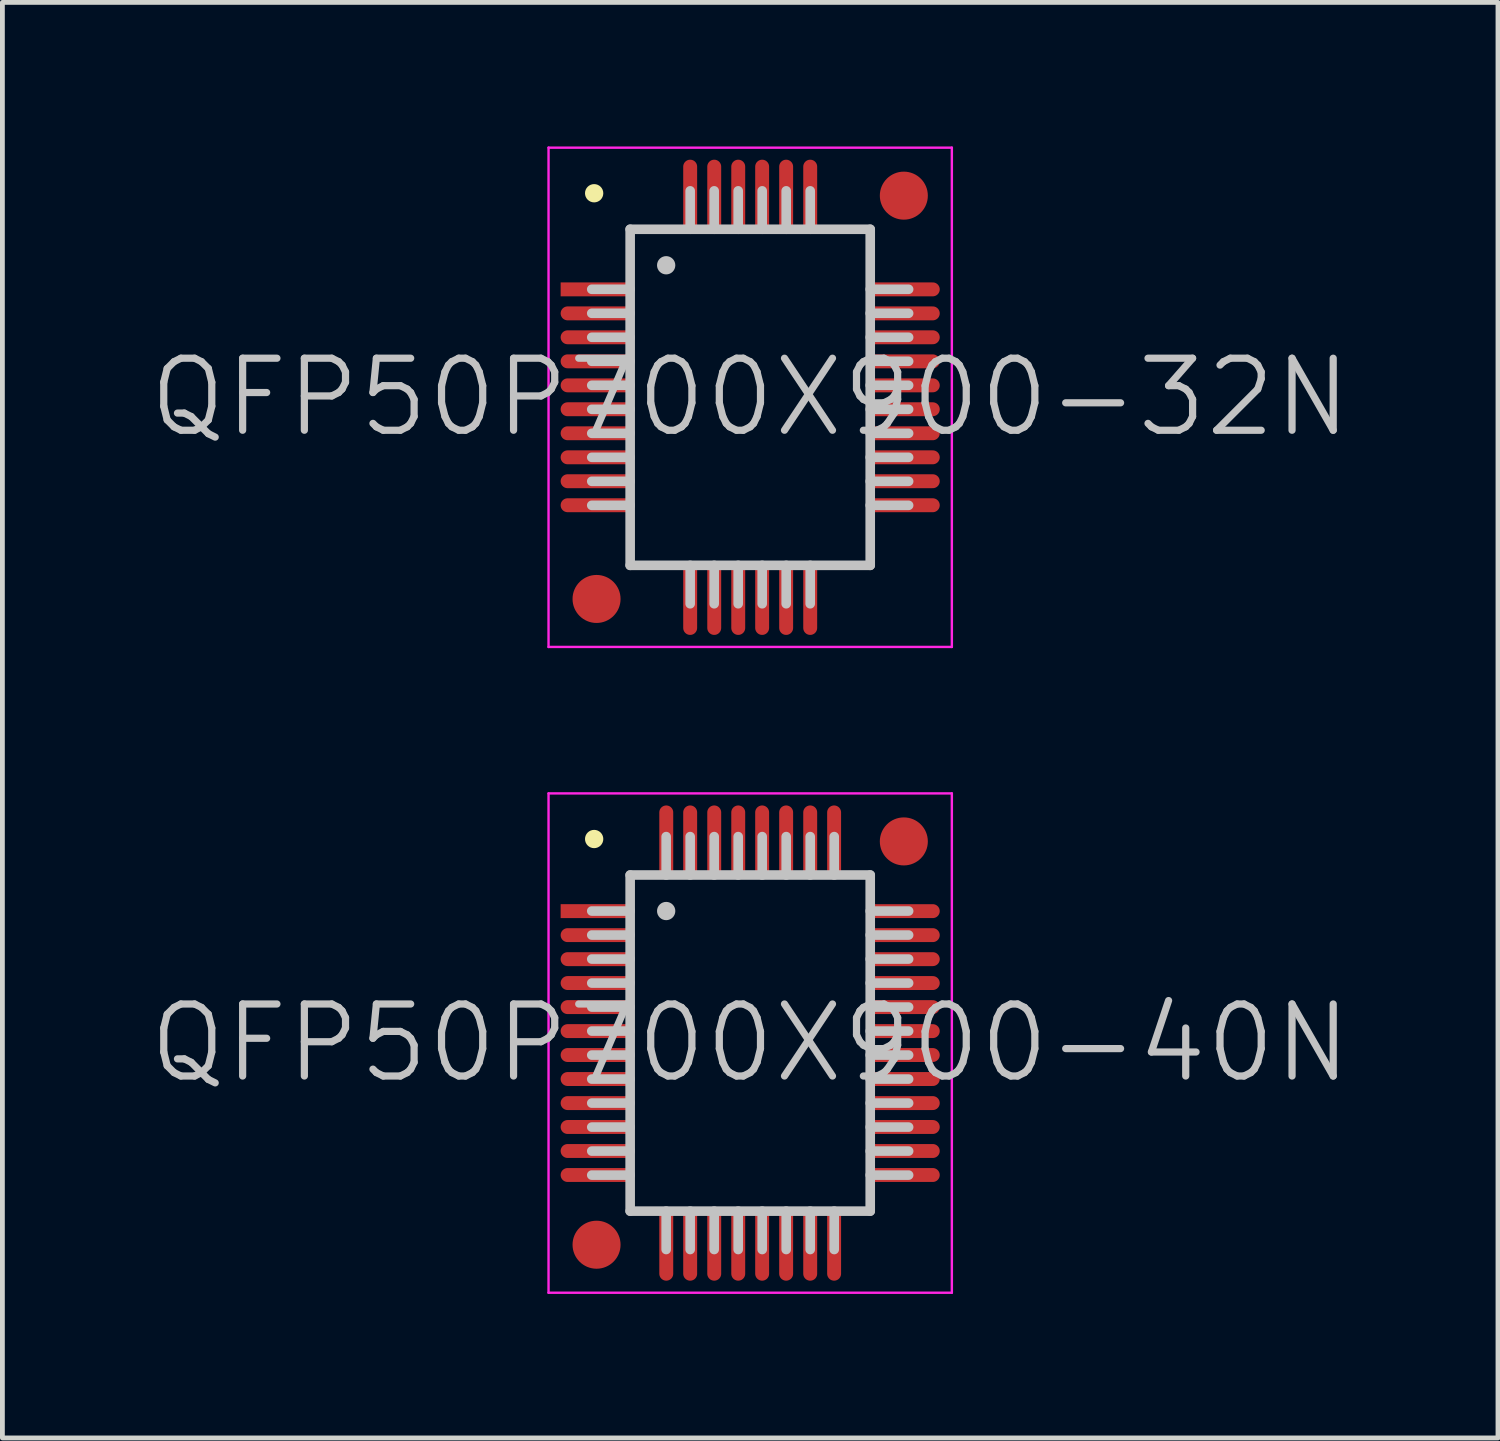
<source format=kicad_pcb>
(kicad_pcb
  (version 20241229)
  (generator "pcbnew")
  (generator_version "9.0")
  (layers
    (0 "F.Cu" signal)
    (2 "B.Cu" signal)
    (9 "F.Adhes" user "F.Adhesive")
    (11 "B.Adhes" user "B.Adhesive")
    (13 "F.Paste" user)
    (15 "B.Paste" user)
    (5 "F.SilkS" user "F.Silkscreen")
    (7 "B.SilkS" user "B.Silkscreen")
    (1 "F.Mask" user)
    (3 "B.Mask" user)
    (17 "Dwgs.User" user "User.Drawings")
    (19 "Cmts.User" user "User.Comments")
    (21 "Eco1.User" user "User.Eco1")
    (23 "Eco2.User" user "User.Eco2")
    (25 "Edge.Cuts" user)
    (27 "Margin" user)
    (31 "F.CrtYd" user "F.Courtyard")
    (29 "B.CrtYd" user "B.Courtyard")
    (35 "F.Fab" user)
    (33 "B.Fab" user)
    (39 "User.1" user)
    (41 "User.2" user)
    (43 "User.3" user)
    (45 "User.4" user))
  (footprint "QFP50P700X900-32N"
    (layer "F.Cu")
    (at 12.575 5.225)
    (property "Reference" "QFP50P700X900-32N" (at 0 0 0) (layer "Dwgs.User") (effects (font (size 1.5 1.5) (thickness 0.15))))
    (attr smd)
    (fp_line (start -3.25 -4.25) (end -3.25 -4.25) (stroke (width 0.381) (type solid)) (layer "F.SilkS"))
    (fp_line (start -2.5 -3.5) (end -2.5 3.5) (stroke (width 0.2) (type solid)) (layer "Dwgs.User"))
    (fp_line (start -2.5 -3.5) (end 2.5 -3.5) (stroke (width 0.2) (type solid)) (layer "Dwgs.User"))
    (fp_line (start -2.5 -2.25) (end -3.3 -2.25) (stroke (width 0.2) (type solid)) (layer "Dwgs.User"))
    (fp_line (start -2.5 -1.75) (end -3.3 -1.75) (stroke (width 0.2) (type solid)) (layer "Dwgs.User"))
    (fp_line (start -2.5 -1.25) (end -3.3 -1.25) (stroke (width 0.2) (type solid)) (layer "Dwgs.User"))
    (fp_line (start -2.5 -0.75) (end -3.3 -0.75) (stroke (width 0.2) (type solid)) (layer "Dwgs.User"))
    (fp_line (start -2.5 -0.25) (end -3.3 -0.25) (stroke (width 0.2) (type solid)) (layer "Dwgs.User"))
    (fp_line (start -2.5 0.25) (end -3.3 0.25) (stroke (width 0.2) (type solid)) (layer "Dwgs.User"))
    (fp_line (start -2.5 0.75) (end -3.3 0.75) (stroke (width 0.2) (type solid)) (layer "Dwgs.User"))
    (fp_line (start -2.5 1.25) (end -3.3 1.25) (stroke (width 0.2) (type solid)) (layer "Dwgs.User"))
    (fp_line (start -2.5 1.75) (end -3.3 1.75) (stroke (width 0.2) (type solid)) (layer "Dwgs.User"))
    (fp_line (start -2.5 2.25) (end -3.3 2.25) (stroke (width 0.2) (type solid)) (layer "Dwgs.User"))
    (fp_line (start -2.5 3.5) (end 2.5 3.5) (stroke (width 0.2) (type solid)) (layer "Dwgs.User"))
    (fp_line (start -1.75 -2.75) (end -1.75 -2.75) (stroke (width 0.381) (type solid)) (layer "Dwgs.User"))
    (fp_line (start -1.25 -3.5) (end -1.25 -4.3) (stroke (width 0.2) (type solid)) (layer "Dwgs.User"))
    (fp_line (start -1.25 4.3) (end -1.25 3.5) (stroke (width 0.2) (type solid)) (layer "Dwgs.User"))
    (fp_line (start -0.75 -3.5) (end -0.75 -4.3) (stroke (width 0.2) (type solid)) (layer "Dwgs.User"))
    (fp_line (start -0.75 4.3) (end -0.75 3.5) (stroke (width 0.2) (type solid)) (layer "Dwgs.User"))
    (fp_line (start -0.25 -3.5) (end -0.25 -4.3) (stroke (width 0.2) (type solid)) (layer "Dwgs.User"))
    (fp_line (start -0.25 4.3) (end -0.25 3.5) (stroke (width 0.2) (type solid)) (layer "Dwgs.User"))
    (fp_line (start 0.25 -3.5) (end 0.25 -4.3) (stroke (width 0.2) (type solid)) (layer "Dwgs.User"))
    (fp_line (start 0.25 4.3) (end 0.25 3.5) (stroke (width 0.2) (type solid)) (layer "Dwgs.User"))
    (fp_line (start 0.75 -3.5) (end 0.75 -4.3) (stroke (width 0.2) (type solid)) (layer "Dwgs.User"))
    (fp_line (start 0.75 4.3) (end 0.75 3.5) (stroke (width 0.2) (type solid)) (layer "Dwgs.User"))
    (fp_line (start 1.25 -3.5) (end 1.25 -4.3) (stroke (width 0.2) (type solid)) (layer "Dwgs.User"))
    (fp_line (start 1.25 4.3) (end 1.25 3.5) (stroke (width 0.2) (type solid)) (layer "Dwgs.User"))
    (fp_line (start 2.5 -3.5) (end 2.5 3.5) (stroke (width 0.2) (type solid)) (layer "Dwgs.User"))
    (fp_line (start 3.3 -2.25) (end 2.5 -2.25) (stroke (width 0.2) (type solid)) (layer "Dwgs.User"))
    (fp_line (start 3.3 -1.75) (end 2.5 -1.75) (stroke (width 0.2) (type solid)) (layer "Dwgs.User"))
    (fp_line (start 3.3 -1.25) (end 2.5 -1.25) (stroke (width 0.2) (type solid)) (layer "Dwgs.User"))
    (fp_line (start 3.3 -0.75) (end 2.5 -0.75) (stroke (width 0.2) (type solid)) (layer "Dwgs.User"))
    (fp_line (start 3.3 -0.25) (end 2.5 -0.25) (stroke (width 0.2) (type solid)) (layer "Dwgs.User"))
    (fp_line (start 3.3 0.25) (end 2.5 0.25) (stroke (width 0.2) (type solid)) (layer "Dwgs.User"))
    (fp_line (start 3.3 0.75) (end 2.5 0.75) (stroke (width 0.2) (type solid)) (layer "Dwgs.User"))
    (fp_line (start 3.3 1.25) (end 2.5 1.25) (stroke (width 0.2) (type solid)) (layer "Dwgs.User"))
    (fp_line (start 3.3 1.75) (end 2.5 1.75) (stroke (width 0.2) (type solid)) (layer "Dwgs.User"))
    (fp_line (start 3.3 2.25) (end 2.5 2.25) (stroke (width 0.2) (type solid)) (layer "Dwgs.User"))
    (fp_line (start -4.2 -5.2) (end -4.2 5.2) (stroke (width 0.05) (type solid)) (layer "F.CrtYd"))
    (fp_line (start -4.2 -5.2) (end 4.2 -5.2) (stroke (width 0.05) (type solid)) (layer "F.CrtYd"))
    (fp_line (start -4.2 5.2) (end 4.2 5.2) (stroke (width 0.05) (type solid)) (layer "F.CrtYd"))
    (fp_line (start 4.2 -5.2) (end 4.2 5.2) (stroke (width 0.05) (type solid)) (layer "F.CrtYd"))
    (pad "" smd circle (at -3.2 4.2) (size 1 1) (layers "F.Cu" "F.Mask"))
    (pad "" smd circle (at 3.2 -4.2) (size 1 1) (layers "F.Cu" "F.Mask"))
    (pad "1" smd rect (at -3.198 -2.248 90) (size 0.29 1.5) (layers "F.Cu" "F.Mask" "F.Paste"))
    (pad "2" smd oval (at -3.198 -1.748 90) (size 0.29 1.5) (layers "F.Cu" "F.Mask" "F.Paste"))
    (pad "3" smd oval (at -3.198 -1.25 90) (size 0.29 1.5) (layers "F.Cu" "F.Mask" "F.Paste"))
    (pad "4" smd oval (at -3.198 -0.749 90) (size 0.29 1.5) (layers "F.Cu" "F.Mask" "F.Paste"))
    (pad "5" smd oval (at -3.198 -0.249 90) (size 0.29 1.5) (layers "F.Cu" "F.Mask" "F.Paste"))
    (pad "6" smd oval (at -3.198 0.249 90) (size 0.29 1.5) (layers "F.Cu" "F.Mask" "F.Paste"))
    (pad "7" smd oval (at -3.198 0.749 90) (size 0.29 1.5) (layers "F.Cu" "F.Mask" "F.Paste"))
    (pad "8" smd oval (at -3.198 1.25 90) (size 0.29 1.5) (layers "F.Cu" "F.Mask" "F.Paste"))
    (pad "9" smd oval (at -3.198 1.748 90) (size 0.29 1.5) (layers "F.Cu" "F.Mask" "F.Paste"))
    (pad "10" smd oval (at -3.198 2.248 90) (size 0.29 1.5) (layers "F.Cu" "F.Mask" "F.Paste"))
    (pad "11" smd oval (at -1.25 4.199 180) (size 0.29 1.5) (layers "F.Cu" "F.Mask" "F.Paste"))
    (pad "12" smd oval (at -0.749 4.199 180) (size 0.29 1.5) (layers "F.Cu" "F.Mask" "F.Paste"))
    (pad "13" smd oval (at -0.249 4.199 180) (size 0.29 1.5) (layers "F.Cu" "F.Mask" "F.Paste"))
    (pad "14" smd oval (at 0.249 4.199 180) (size 0.29 1.5) (layers "F.Cu" "F.Mask" "F.Paste"))
    (pad "15" smd oval (at 0.749 4.199 180) (size 0.29 1.5) (layers "F.Cu" "F.Mask" "F.Paste"))
    (pad "16" smd oval (at 1.25 4.199 180) (size 0.29 1.5) (layers "F.Cu" "F.Mask" "F.Paste"))
    (pad "17" smd oval (at 3.198 2.248 270) (size 0.29 1.5) (layers "F.Cu" "F.Mask" "F.Paste"))
    (pad "18" smd oval (at 3.198 1.748 270) (size 0.29 1.5) (layers "F.Cu" "F.Mask" "F.Paste"))
    (pad "19" smd oval (at 3.198 1.25 270) (size 0.29 1.5) (layers "F.Cu" "F.Mask" "F.Paste"))
    (pad "20" smd oval (at 3.198 0.749 270) (size 0.29 1.5) (layers "F.Cu" "F.Mask" "F.Paste"))
    (pad "21" smd oval (at 3.198 0.249 270) (size 0.29 1.5) (layers "F.Cu" "F.Mask" "F.Paste"))
    (pad "22" smd oval (at 3.198 -0.249 270) (size 0.29 1.5) (layers "F.Cu" "F.Mask" "F.Paste"))
    (pad "23" smd oval (at 3.198 -0.749 270) (size 0.29 1.5) (layers "F.Cu" "F.Mask" "F.Paste"))
    (pad "24" smd oval (at 3.198 -1.25 270) (size 0.29 1.5) (layers "F.Cu" "F.Mask" "F.Paste"))
    (pad "25" smd oval (at 3.198 -1.748 270) (size 0.29 1.5) (layers "F.Cu" "F.Mask" "F.Paste"))
    (pad "26" smd oval (at 3.198 -2.248 270) (size 0.29 1.5) (layers "F.Cu" "F.Mask" "F.Paste"))
    (pad "27" smd oval (at 1.25 -4.199) (size 0.29 1.5) (layers "F.Cu" "F.Mask" "F.Paste"))
    (pad "28" smd oval (at 0.749 -4.199) (size 0.29 1.5) (layers "F.Cu" "F.Mask" "F.Paste"))
    (pad "29" smd oval (at 0.249 -4.199) (size 0.29 1.5) (layers "F.Cu" "F.Mask" "F.Paste"))
    (pad "30" smd oval (at -0.249 -4.199) (size 0.29 1.5) (layers "F.Cu" "F.Mask" "F.Paste"))
    (pad "31" smd oval (at -0.749 -4.199) (size 0.29 1.5) (layers "F.Cu" "F.Mask" "F.Paste"))
    (pad "32" smd oval (at -1.25 -4.199) (size 0.29 1.5) (layers "F.Cu" "F.Mask" "F.Paste")))
  (footprint "QFP50P700X900-40N"
    (layer "F.Cu")
    (at 12.575 18.675)
    (property "Reference" "QFP50P700X900-40N" (at 0 0 0) (layer "Dwgs.User") (effects (font (size 1.5 1.5) (thickness 0.15))))
    (attr smd)
    (fp_line (start -3.25 -4.25) (end -3.25 -4.25) (stroke (width 0.381) (type solid)) (layer "F.SilkS"))
    (fp_line (start -2.5 -3.5) (end -2.5 3.5) (stroke (width 0.2) (type solid)) (layer "Dwgs.User"))
    (fp_line (start -2.5 -3.5) (end 2.5 -3.5) (stroke (width 0.2) (type solid)) (layer "Dwgs.User"))
    (fp_line (start -2.5 -2.75) (end -3.3 -2.75) (stroke (width 0.2) (type solid)) (layer "Dwgs.User"))
    (fp_line (start -2.5 -2.25) (end -3.3 -2.25) (stroke (width 0.2) (type solid)) (layer "Dwgs.User"))
    (fp_line (start -2.5 -1.75) (end -3.3 -1.75) (stroke (width 0.2) (type solid)) (layer "Dwgs.User"))
    (fp_line (start -2.5 -1.25) (end -3.3 -1.25) (stroke (width 0.2) (type solid)) (layer "Dwgs.User"))
    (fp_line (start -2.5 -0.75) (end -3.3 -0.75) (stroke (width 0.2) (type solid)) (layer "Dwgs.User"))
    (fp_line (start -2.5 -0.25) (end -3.3 -0.25) (stroke (width 0.2) (type solid)) (layer "Dwgs.User"))
    (fp_line (start -2.5 0.25) (end -3.3 0.25) (stroke (width 0.2) (type solid)) (layer "Dwgs.User"))
    (fp_line (start -2.5 0.75) (end -3.3 0.75) (stroke (width 0.2) (type solid)) (layer "Dwgs.User"))
    (fp_line (start -2.5 1.25) (end -3.3 1.25) (stroke (width 0.2) (type solid)) (layer "Dwgs.User"))
    (fp_line (start -2.5 1.75) (end -3.3 1.75) (stroke (width 0.2) (type solid)) (layer "Dwgs.User"))
    (fp_line (start -2.5 2.25) (end -3.3 2.25) (stroke (width 0.2) (type solid)) (layer "Dwgs.User"))
    (fp_line (start -2.5 2.75) (end -3.3 2.75) (stroke (width 0.2) (type solid)) (layer "Dwgs.User"))
    (fp_line (start -2.5 3.5) (end 2.5 3.5) (stroke (width 0.2) (type solid)) (layer "Dwgs.User"))
    (fp_line (start -1.75 -3.5) (end -1.75 -4.3) (stroke (width 0.2) (type solid)) (layer "Dwgs.User"))
    (fp_line (start -1.75 -2.75) (end -1.75 -2.75) (stroke (width 0.381) (type solid)) (layer "Dwgs.User"))
    (fp_line (start -1.75 4.3) (end -1.75 3.5) (stroke (width 0.2) (type solid)) (layer "Dwgs.User"))
    (fp_line (start -1.25 -3.5) (end -1.25 -4.3) (stroke (width 0.2) (type solid)) (layer "Dwgs.User"))
    (fp_line (start -1.25 4.3) (end -1.25 3.5) (stroke (width 0.2) (type solid)) (layer "Dwgs.User"))
    (fp_line (start -0.75 -3.5) (end -0.75 -4.3) (stroke (width 0.2) (type solid)) (layer "Dwgs.User"))
    (fp_line (start -0.75 4.3) (end -0.75 3.5) (stroke (width 0.2) (type solid)) (layer "Dwgs.User"))
    (fp_line (start -0.25 -3.5) (end -0.25 -4.3) (stroke (width 0.2) (type solid)) (layer "Dwgs.User"))
    (fp_line (start -0.25 4.3) (end -0.25 3.5) (stroke (width 0.2) (type solid)) (layer "Dwgs.User"))
    (fp_line (start 0.25 -3.5) (end 0.25 -4.3) (stroke (width 0.2) (type solid)) (layer "Dwgs.User"))
    (fp_line (start 0.25 4.3) (end 0.25 3.5) (stroke (width 0.2) (type solid)) (layer "Dwgs.User"))
    (fp_line (start 0.75 -3.5) (end 0.75 -4.3) (stroke (width 0.2) (type solid)) (layer "Dwgs.User"))
    (fp_line (start 0.75 4.3) (end 0.75 3.5) (stroke (width 0.2) (type solid)) (layer "Dwgs.User"))
    (fp_line (start 1.25 -3.5) (end 1.25 -4.3) (stroke (width 0.2) (type solid)) (layer "Dwgs.User"))
    (fp_line (start 1.25 4.3) (end 1.25 3.5) (stroke (width 0.2) (type solid)) (layer "Dwgs.User"))
    (fp_line (start 1.75 -3.5) (end 1.75 -4.3) (stroke (width 0.2) (type solid)) (layer "Dwgs.User"))
    (fp_line (start 1.75 4.3) (end 1.75 3.5) (stroke (width 0.2) (type solid)) (layer "Dwgs.User"))
    (fp_line (start 2.5 -3.5) (end 2.5 3.5) (stroke (width 0.2) (type solid)) (layer "Dwgs.User"))
    (fp_line (start 3.3 -2.75) (end 2.5 -2.75) (stroke (width 0.2) (type solid)) (layer "Dwgs.User"))
    (fp_line (start 3.3 -2.25) (end 2.5 -2.25) (stroke (width 0.2) (type solid)) (layer "Dwgs.User"))
    (fp_line (start 3.3 -1.75) (end 2.5 -1.75) (stroke (width 0.2) (type solid)) (layer "Dwgs.User"))
    (fp_line (start 3.3 -1.25) (end 2.5 -1.25) (stroke (width 0.2) (type solid)) (layer "Dwgs.User"))
    (fp_line (start 3.3 -0.75) (end 2.5 -0.75) (stroke (width 0.2) (type solid)) (layer "Dwgs.User"))
    (fp_line (start 3.3 -0.25) (end 2.5 -0.25) (stroke (width 0.2) (type solid)) (layer "Dwgs.User"))
    (fp_line (start 3.3 0.25) (end 2.5 0.25) (stroke (width 0.2) (type solid)) (layer "Dwgs.User"))
    (fp_line (start 3.3 0.75) (end 2.5 0.75) (stroke (width 0.2) (type solid)) (layer "Dwgs.User"))
    (fp_line (start 3.3 1.25) (end 2.5 1.25) (stroke (width 0.2) (type solid)) (layer "Dwgs.User"))
    (fp_line (start 3.3 1.75) (end 2.5 1.75) (stroke (width 0.2) (type solid)) (layer "Dwgs.User"))
    (fp_line (start 3.3 2.25) (end 2.5 2.25) (stroke (width 0.2) (type solid)) (layer "Dwgs.User"))
    (fp_line (start 3.3 2.75) (end 2.5 2.75) (stroke (width 0.2) (type solid)) (layer "Dwgs.User"))
    (fp_line (start -4.2 -5.2) (end -4.2 5.2) (stroke (width 0.05) (type solid)) (layer "F.CrtYd"))
    (fp_line (start -4.2 -5.2) (end 4.2 -5.2) (stroke (width 0.05) (type solid)) (layer "F.CrtYd"))
    (fp_line (start -4.2 5.2) (end 4.2 5.2) (stroke (width 0.05) (type solid)) (layer "F.CrtYd"))
    (fp_line (start 4.2 -5.2) (end 4.2 5.2) (stroke (width 0.05) (type solid)) (layer "F.CrtYd"))
    (pad "" smd circle (at -3.2 4.2) (size 1 1) (layers "F.Cu" "F.Mask"))
    (pad "" smd circle (at 3.2 -4.2) (size 1 1) (layers "F.Cu" "F.Mask"))
    (pad "1" smd rect (at -3.198 -2.748 90) (size 0.29 1.5) (layers "F.Cu" "F.Mask" "F.Paste"))
    (pad "2" smd oval (at -3.198 -2.248 90) (size 0.29 1.5) (layers "F.Cu" "F.Mask" "F.Paste"))
    (pad "3" smd oval (at -3.198 -1.748 90) (size 0.29 1.5) (layers "F.Cu" "F.Mask" "F.Paste"))
    (pad "4" smd oval (at -3.198 -1.25 90) (size 0.29 1.5) (layers "F.Cu" "F.Mask" "F.Paste"))
    (pad "5" smd oval (at -3.198 -0.749 90) (size 0.29 1.5) (layers "F.Cu" "F.Mask" "F.Paste"))
    (pad "6" smd oval (at -3.198 -0.249 90) (size 0.29 1.5) (layers "F.Cu" "F.Mask" "F.Paste"))
    (pad "7" smd oval (at -3.198 0.249 90) (size 0.29 1.5) (layers "F.Cu" "F.Mask" "F.Paste"))
    (pad "8" smd oval (at -3.198 0.749 90) (size 0.29 1.5) (layers "F.Cu" "F.Mask" "F.Paste"))
    (pad "9" smd oval (at -3.198 1.25 90) (size 0.29 1.5) (layers "F.Cu" "F.Mask" "F.Paste"))
    (pad "10" smd oval (at -3.198 1.748 90) (size 0.29 1.5) (layers "F.Cu" "F.Mask" "F.Paste"))
    (pad "11" smd oval (at -3.198 2.248 90) (size 0.29 1.5) (layers "F.Cu" "F.Mask" "F.Paste"))
    (pad "12" smd oval (at -3.198 2.748 90) (size 0.29 1.5) (layers "F.Cu" "F.Mask" "F.Paste"))
    (pad "13" smd oval (at -1.748 4.199 180) (size 0.29 1.5) (layers "F.Cu" "F.Mask" "F.Paste"))
    (pad "14" smd oval (at -1.25 4.199 180) (size 0.29 1.5) (layers "F.Cu" "F.Mask" "F.Paste"))
    (pad "15" smd oval (at -0.749 4.199 180) (size 0.29 1.5) (layers "F.Cu" "F.Mask" "F.Paste"))
    (pad "16" smd oval (at -0.249 4.199 180) (size 0.29 1.5) (layers "F.Cu" "F.Mask" "F.Paste"))
    (pad "17" smd oval (at 0.249 4.199 180) (size 0.29 1.5) (layers "F.Cu" "F.Mask" "F.Paste"))
    (pad "18" smd oval (at 0.749 4.199 180) (size 0.29 1.5) (layers "F.Cu" "F.Mask" "F.Paste"))
    (pad "19" smd oval (at 1.25 4.199 180) (size 0.29 1.5) (layers "F.Cu" "F.Mask" "F.Paste"))
    (pad "20" smd oval (at 1.748 4.199 180) (size 0.29 1.5) (layers "F.Cu" "F.Mask" "F.Paste"))
    (pad "21" smd oval (at 3.198 2.748 270) (size 0.29 1.5) (layers "F.Cu" "F.Mask" "F.Paste"))
    (pad "22" smd oval (at 3.198 2.248 270) (size 0.29 1.5) (layers "F.Cu" "F.Mask" "F.Paste"))
    (pad "23" smd oval (at 3.198 1.748 270) (size 0.29 1.5) (layers "F.Cu" "F.Mask" "F.Paste"))
    (pad "24" smd oval (at 3.198 1.25 270) (size 0.29 1.5) (layers "F.Cu" "F.Mask" "F.Paste"))
    (pad "25" smd oval (at 3.198 0.749 270) (size 0.29 1.5) (layers "F.Cu" "F.Mask" "F.Paste"))
    (pad "26" smd oval (at 3.198 0.249 270) (size 0.29 1.5) (layers "F.Cu" "F.Mask" "F.Paste"))
    (pad "27" smd oval (at 3.198 -0.249 270) (size 0.29 1.5) (layers "F.Cu" "F.Mask" "F.Paste"))
    (pad "28" smd oval (at 3.198 -0.749 270) (size 0.29 1.5) (layers "F.Cu" "F.Mask" "F.Paste"))
    (pad "29" smd oval (at 3.198 -1.25 270) (size 0.29 1.5) (layers "F.Cu" "F.Mask" "F.Paste"))
    (pad "30" smd oval (at 3.198 -1.748 270) (size 0.29 1.5) (layers "F.Cu" "F.Mask" "F.Paste"))
    (pad "31" smd oval (at 3.198 -2.248 270) (size 0.29 1.5) (layers "F.Cu" "F.Mask" "F.Paste"))
    (pad "32" smd oval (at 3.198 -2.748 270) (size 0.29 1.5) (layers "F.Cu" "F.Mask" "F.Paste"))
    (pad "33" smd oval (at 1.748 -4.199) (size 0.29 1.5) (layers "F.Cu" "F.Mask" "F.Paste"))
    (pad "34" smd oval (at 1.25 -4.199) (size 0.29 1.5) (layers "F.Cu" "F.Mask" "F.Paste"))
    (pad "35" smd oval (at 0.749 -4.199) (size 0.29 1.5) (layers "F.Cu" "F.Mask" "F.Paste"))
    (pad "36" smd oval (at 0.249 -4.199) (size 0.29 1.5) (layers "F.Cu" "F.Mask" "F.Paste"))
    (pad "37" smd oval (at -0.249 -4.199) (size 0.29 1.5) (layers "F.Cu" "F.Mask" "F.Paste"))
    (pad "38" smd oval (at -0.749 -4.199) (size 0.29 1.5) (layers "F.Cu" "F.Mask" "F.Paste"))
    (pad "39" smd oval (at -1.25 -4.199) (size 0.29 1.5) (layers "F.Cu" "F.Mask" "F.Paste"))
    (pad "40" smd oval (at -1.748 -4.199) (size 0.29 1.5) (layers "F.Cu" "F.Mask" "F.Paste")))
  (gr_rect
    (start -3 -3)
    (end 28.15 26.9)
    (stroke (width 0.1) (type default))
    (fill no)
    (layer "Edge.Cuts")))
</source>
